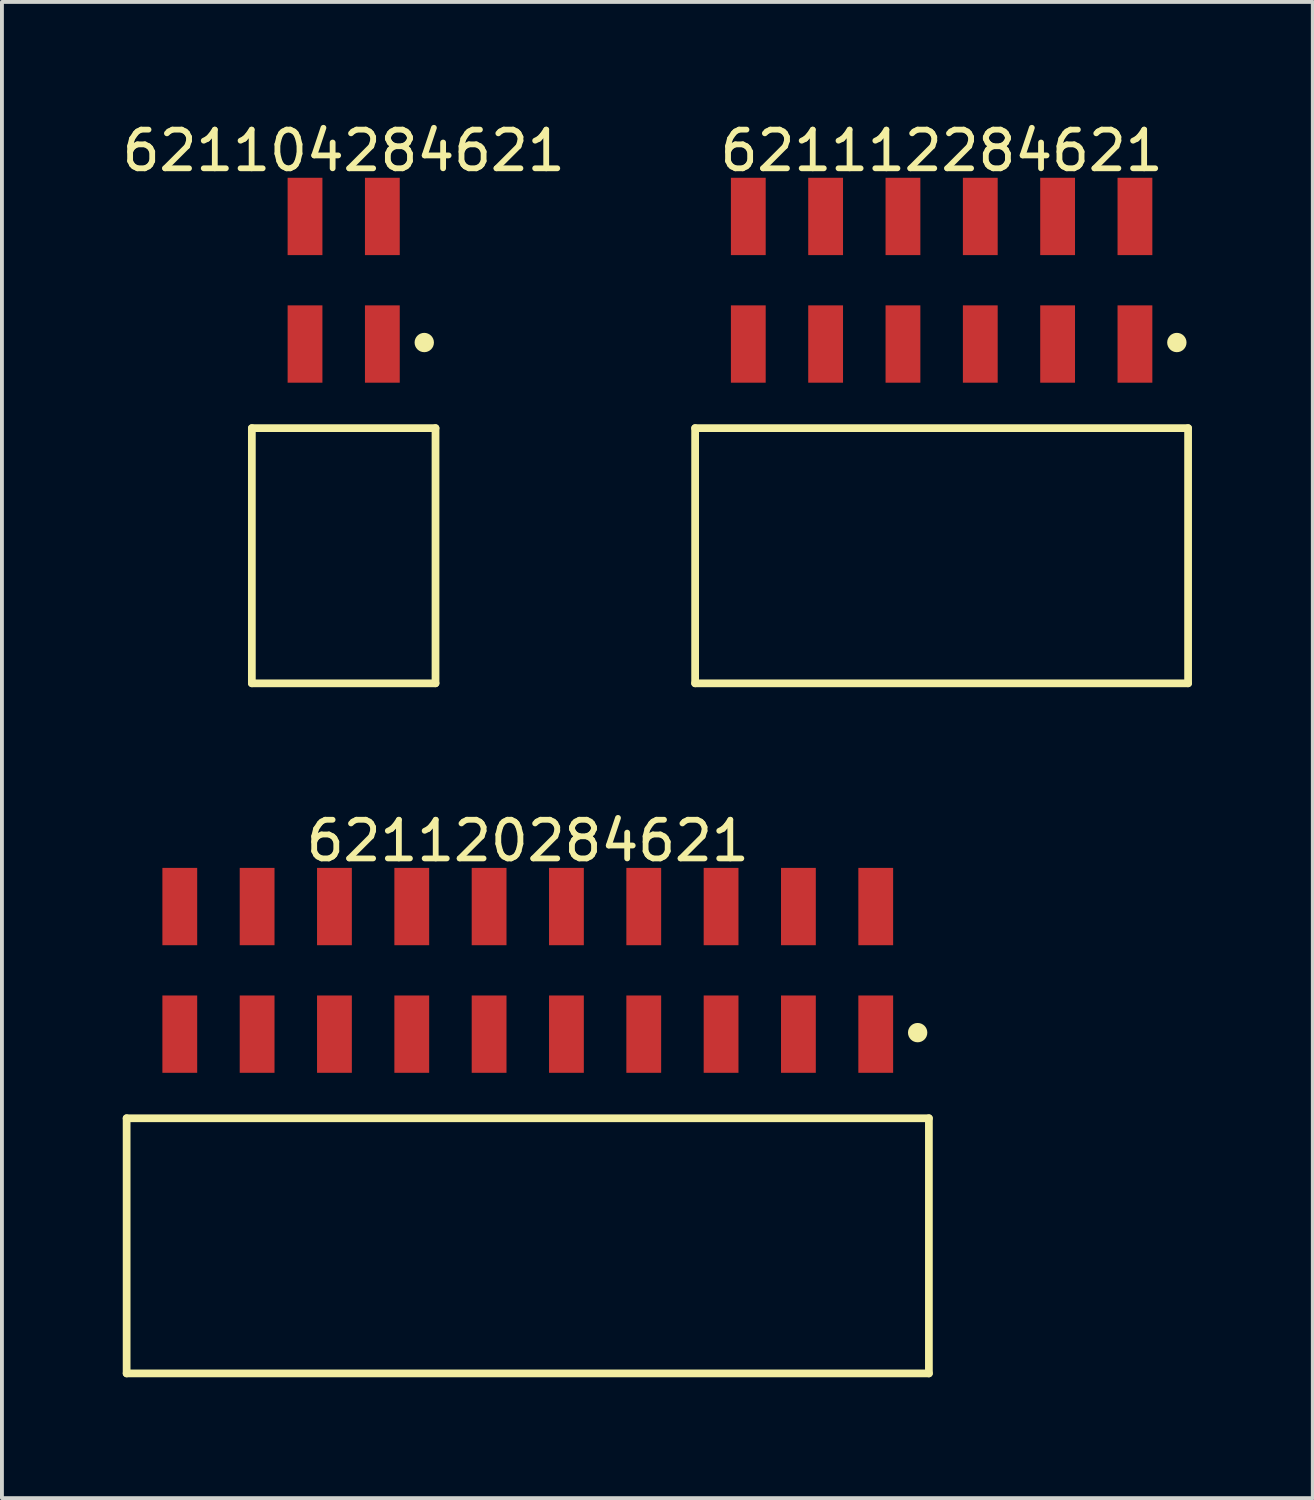
<source format=kicad_pcb>
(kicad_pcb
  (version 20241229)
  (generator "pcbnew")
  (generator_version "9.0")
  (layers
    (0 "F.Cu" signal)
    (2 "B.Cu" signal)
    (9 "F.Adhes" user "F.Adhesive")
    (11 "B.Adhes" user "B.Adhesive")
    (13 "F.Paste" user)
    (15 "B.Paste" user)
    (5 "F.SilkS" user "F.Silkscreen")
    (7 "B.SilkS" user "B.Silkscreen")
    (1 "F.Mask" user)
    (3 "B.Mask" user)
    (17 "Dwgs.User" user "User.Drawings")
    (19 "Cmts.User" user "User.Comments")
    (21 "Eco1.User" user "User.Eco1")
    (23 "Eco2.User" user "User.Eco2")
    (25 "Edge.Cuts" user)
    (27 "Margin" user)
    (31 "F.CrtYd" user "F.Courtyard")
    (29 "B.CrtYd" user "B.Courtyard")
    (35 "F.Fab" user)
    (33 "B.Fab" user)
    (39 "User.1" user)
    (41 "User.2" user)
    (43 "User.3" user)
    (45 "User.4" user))
  (footprint "621104284621"
    (layer "F.Cu")
    (at 5.839 11.323)
    (property "Reference" "621104284621" (at 0 -10.475 0) (layer "F.SilkS") (effects (font (size 1 1) (thickness 0.15))))
    (fp_line (start -2.375 -3.3) (end 2.375 -3.3) (stroke (width 0.2) (type solid)) (layer "F.SilkS"))
    (fp_line (start -2.375 3.3) (end -2.375 -3.3) (stroke (width 0.2) (type solid)) (layer "F.SilkS"))
    (fp_line (start -2.375 3.3) (end 2.375 3.3) (stroke (width 0.2) (type solid)) (layer "F.SilkS"))
    (fp_line (start 2.375 3.3) (end 2.375 -3.3) (stroke (width 0.2) (type solid)) (layer "F.SilkS"))
    (fp_circle (center 2.084 -5.514) (end 2.084 -5.639) (stroke (width 0.25) (type solid)) (fill no) (layer "F.SilkS"))
    (fp_line (start -2.575 -9.975) (end 2.575 -9.975) (stroke (width 0.05) (type solid)) (layer "Eco2.User"))
    (fp_line (start -2.575 3.5) (end -2.575 -9.975) (stroke (width 0.05) (type solid)) (layer "Eco2.User"))
    (fp_line (start -2.575 3.5) (end 2.575 3.5) (stroke (width 0.05) (type solid)) (layer "Eco2.User"))
    (fp_line (start -2.2 -3.175) (end 2.2 -3.175) (stroke (width 0.1) (type solid)) (layer "Eco2.User"))
    (fp_line (start -2.2 3.175) (end -2.2 -3.175) (stroke (width 0.1) (type solid)) (layer "Eco2.User"))
    (fp_line (start -2.2 3.175) (end 2.2 3.175) (stroke (width 0.1) (type solid)) (layer "Eco2.User"))
    (fp_line (start -1.25 -9.275) (end -0.75 -9.275) (stroke (width 0.1) (type solid)) (layer "Eco2.User"))
    (fp_line (start -1.25 -5.975) (end -0.75 -5.975) (stroke (width 0.1) (type solid)) (layer "Eco2.User"))
    (fp_line (start -1.25 -3.175) (end -1.25 -9.275) (stroke (width 0.1) (type solid)) (layer "Eco2.User"))
    (fp_line (start -0.75 -3.175) (end -0.75 -9.275) (stroke (width 0.1) (type solid)) (layer "Eco2.User"))
    (fp_line (start -0.5 0) (end 0.5 0) (stroke (width 0.05) (type solid)) (layer "Eco2.User"))
    (fp_line (start 0 0.5) (end 0 -0.5) (stroke (width 0.05) (type solid)) (layer "Eco2.User"))
    (fp_line (start 0.75 -9.275) (end 1.25 -9.275) (stroke (width 0.1) (type solid)) (layer "Eco2.User"))
    (fp_line (start 0.75 -5.975) (end 1.25 -5.975) (stroke (width 0.1) (type solid)) (layer "Eco2.User"))
    (fp_line (start 0.75 -3.175) (end 0.75 -9.275) (stroke (width 0.1) (type solid)) (layer "Eco2.User"))
    (fp_line (start 1.25 -3.175) (end 1.25 -9.275) (stroke (width 0.1) (type solid)) (layer "Eco2.User"))
    (fp_line (start 2.2 3.175) (end 2.2 -3.175) (stroke (width 0.1) (type solid)) (layer "Eco2.User"))
    (fp_line (start 2.575 3.5) (end 2.575 -9.975) (stroke (width 0.05) (type solid)) (layer "Eco2.User"))
    (fp_text user "${REFERENCE}" (at 0.1 -0.131 0) (unlocked yes) (layer "User.3") (effects (font (size 1 1) (thickness 0.1))))
    (pad "1" smd rect (at 1 -5.475 180) (size 0.9 2) (layers "F.Cu" "F.Mask" "F.Paste"))
    (pad "2" smd rect (at 1 -8.775 180) (size 0.9 2) (layers "F.Cu" "F.Mask" "F.Paste"))
    (pad "3" smd rect (at -1 -5.475 180) (size 0.9 2) (layers "F.Cu" "F.Mask" "F.Paste"))
    (pad "4" smd rect (at -1 -8.775 180) (size 0.9 2) (layers "F.Cu" "F.Mask" "F.Paste")))
  (footprint "621112284621"
    (layer "F.Cu")
    (at 21.304 11.323)
    (property "Reference" "621112284621" (at 0 -10.475 0) (layer "F.SilkS") (effects (font (size 1 1) (thickness 0.15))))
    (fp_line (start -6.375 -3.3) (end 6.375 -3.3) (stroke (width 0.2) (type solid)) (layer "F.SilkS"))
    (fp_line (start -6.375 3.3) (end -6.375 -3.3) (stroke (width 0.2) (type solid)) (layer "F.SilkS"))
    (fp_line (start -6.375 3.3) (end 6.375 3.3) (stroke (width 0.2) (type solid)) (layer "F.SilkS"))
    (fp_line (start 6.375 3.3) (end 6.375 -3.3) (stroke (width 0.2) (type solid)) (layer "F.SilkS"))
    (fp_circle (center 6.084 -5.514) (end 6.084 -5.639) (stroke (width 0.25) (type solid)) (fill no) (layer "F.SilkS"))
    (fp_line (start -6.575 -9.975) (end 6.575 -9.975) (stroke (width 0.05) (type solid)) (layer "Eco2.User"))
    (fp_line (start -6.575 3.5) (end -6.575 -9.975) (stroke (width 0.05) (type solid)) (layer "Eco2.User"))
    (fp_line (start -6.575 3.5) (end 6.575 3.5) (stroke (width 0.05) (type solid)) (layer "Eco2.User"))
    (fp_line (start -6.2 -3.175) (end 6.2 -3.175) (stroke (width 0.1) (type solid)) (layer "Eco2.User"))
    (fp_line (start -6.2 3.175) (end -6.2 -3.175) (stroke (width 0.1) (type solid)) (layer "Eco2.User"))
    (fp_line (start -6.2 3.175) (end 6.2 3.175) (stroke (width 0.1) (type solid)) (layer "Eco2.User"))
    (fp_line (start -5.25 -9.275) (end -4.75 -9.275) (stroke (width 0.1) (type solid)) (layer "Eco2.User"))
    (fp_line (start -5.25 -5.975) (end -4.75 -5.975) (stroke (width 0.1) (type solid)) (layer "Eco2.User"))
    (fp_line (start -5.25 -3.175) (end -5.25 -9.275) (stroke (width 0.1) (type solid)) (layer "Eco2.User"))
    (fp_line (start -4.75 -3.175) (end -4.75 -9.275) (stroke (width 0.1) (type solid)) (layer "Eco2.User"))
    (fp_line (start -3.25 -9.275) (end -2.75 -9.275) (stroke (width 0.1) (type solid)) (layer "Eco2.User"))
    (fp_line (start -3.25 -5.975) (end -2.75 -5.975) (stroke (width 0.1) (type solid)) (layer "Eco2.User"))
    (fp_line (start -3.25 -3.175) (end -3.25 -9.275) (stroke (width 0.1) (type solid)) (layer "Eco2.User"))
    (fp_line (start -2.75 -3.175) (end -2.75 -9.275) (stroke (width 0.1) (type solid)) (layer "Eco2.User"))
    (fp_line (start -1.25 -9.275) (end -0.75 -9.275) (stroke (width 0.1) (type solid)) (layer "Eco2.User"))
    (fp_line (start -1.25 -5.975) (end -0.75 -5.975) (stroke (width 0.1) (type solid)) (layer "Eco2.User"))
    (fp_line (start -1.25 -3.175) (end -1.25 -9.275) (stroke (width 0.1) (type solid)) (layer "Eco2.User"))
    (fp_line (start -0.75 -3.175) (end -0.75 -9.275) (stroke (width 0.1) (type solid)) (layer "Eco2.User"))
    (fp_line (start -0.5 0) (end 0.5 0) (stroke (width 0.05) (type solid)) (layer "Eco2.User"))
    (fp_line (start 0 0.5) (end 0 -0.5) (stroke (width 0.05) (type solid)) (layer "Eco2.User"))
    (fp_line (start 0.75 -9.275) (end 1.25 -9.275) (stroke (width 0.1) (type solid)) (layer "Eco2.User"))
    (fp_line (start 0.75 -5.975) (end 1.25 -5.975) (stroke (width 0.1) (type solid)) (layer "Eco2.User"))
    (fp_line (start 0.75 -3.175) (end 0.75 -9.275) (stroke (width 0.1) (type solid)) (layer "Eco2.User"))
    (fp_line (start 1.25 -3.175) (end 1.25 -9.275) (stroke (width 0.1) (type solid)) (layer "Eco2.User"))
    (fp_line (start 2.75 -9.275) (end 3.25 -9.275) (stroke (width 0.1) (type solid)) (layer "Eco2.User"))
    (fp_line (start 2.75 -5.975) (end 3.25 -5.975) (stroke (width 0.1) (type solid)) (layer "Eco2.User"))
    (fp_line (start 2.75 -3.175) (end 2.75 -9.275) (stroke (width 0.1) (type solid)) (layer "Eco2.User"))
    (fp_line (start 3.25 -3.175) (end 3.25 -9.275) (stroke (width 0.1) (type solid)) (layer "Eco2.User"))
    (fp_line (start 4.75 -9.275) (end 5.25 -9.275) (stroke (width 0.1) (type solid)) (layer "Eco2.User"))
    (fp_line (start 4.75 -5.975) (end 5.25 -5.975) (stroke (width 0.1) (type solid)) (layer "Eco2.User"))
    (fp_line (start 4.75 -3.175) (end 4.75 -9.275) (stroke (width 0.1) (type solid)) (layer "Eco2.User"))
    (fp_line (start 5.25 -3.175) (end 5.25 -9.275) (stroke (width 0.1) (type solid)) (layer "Eco2.User"))
    (fp_line (start 6.2 3.175) (end 6.2 -3.175) (stroke (width 0.1) (type solid)) (layer "Eco2.User"))
    (fp_line (start 6.575 3.5) (end 6.575 -9.975) (stroke (width 0.05) (type solid)) (layer "Eco2.User"))
    (fp_text user "${REFERENCE}" (at 0.1 -0.131 0) (unlocked yes) (layer "User.3") (effects (font (size 1 1) (thickness 0.1))))
    (pad "1" smd rect (at 5 -5.475 180) (size 0.9 2) (layers "F.Cu" "F.Mask" "F.Paste"))
    (pad "2" smd rect (at 5 -8.775 180) (size 0.9 2) (layers "F.Cu" "F.Mask" "F.Paste"))
    (pad "3" smd rect (at 3 -5.475 180) (size 0.9 2) (layers "F.Cu" "F.Mask" "F.Paste"))
    (pad "4" smd rect (at 3 -8.775 180) (size 0.9 2) (layers "F.Cu" "F.Mask" "F.Paste"))
    (pad "5" smd rect (at 1 -5.475 180) (size 0.9 2) (layers "F.Cu" "F.Mask" "F.Paste"))
    (pad "6" smd rect (at 1 -8.775 180) (size 0.9 2) (layers "F.Cu" "F.Mask" "F.Paste"))
    (pad "7" smd rect (at -1 -5.475 180) (size 0.9 2) (layers "F.Cu" "F.Mask" "F.Paste"))
    (pad "8" smd rect (at -1 -8.775 180) (size 0.9 2) (layers "F.Cu" "F.Mask" "F.Paste"))
    (pad "9" smd rect (at -3 -5.475 180) (size 0.9 2) (layers "F.Cu" "F.Mask" "F.Paste"))
    (pad "10" smd rect (at -3 -8.775 180) (size 0.9 2) (layers "F.Cu" "F.Mask" "F.Paste"))
    (pad "11" smd rect (at -5 -5.475 180) (size 0.9 2) (layers "F.Cu" "F.Mask" "F.Paste"))
    (pad "12" smd rect (at -5 -8.775 180) (size 0.9 2) (layers "F.Cu" "F.Mask" "F.Paste")))
  (footprint "621120284621"
    (layer "F.Cu")
    (at 10.6 29.172)
    (property "Reference" "621120284621" (at 0 -10.475 0) (layer "F.SilkS") (effects (font (size 1 1) (thickness 0.15))))
    (fp_line (start -10.375 -3.3) (end 10.375 -3.3) (stroke (width 0.2) (type solid)) (layer "F.SilkS"))
    (fp_line (start -10.375 3.3) (end -10.375 -3.3) (stroke (width 0.2) (type solid)) (layer "F.SilkS"))
    (fp_line (start -10.375 3.3) (end 10.375 3.3) (stroke (width 0.2) (type solid)) (layer "F.SilkS"))
    (fp_line (start 10.375 3.3) (end 10.375 -3.3) (stroke (width 0.2) (type solid)) (layer "F.SilkS"))
    (fp_circle (center 10.084 -5.514) (end 10.084 -5.639) (stroke (width 0.25) (type solid)) (fill no) (layer "F.SilkS"))
    (fp_line (start -10.575 -9.975) (end 10.575 -9.975) (stroke (width 0.05) (type solid)) (layer "Eco2.User"))
    (fp_line (start -10.575 3.5) (end -10.575 -9.975) (stroke (width 0.05) (type solid)) (layer "Eco2.User"))
    (fp_line (start -10.575 3.5) (end 10.575 3.5) (stroke (width 0.05) (type solid)) (layer "Eco2.User"))
    (fp_line (start -10.2 -3.175) (end 10.2 -3.175) (stroke (width 0.1) (type solid)) (layer "Eco2.User"))
    (fp_line (start -10.2 3.175) (end -10.2 -3.175) (stroke (width 0.1) (type solid)) (layer "Eco2.User"))
    (fp_line (start -10.2 3.175) (end 10.2 3.175) (stroke (width 0.1) (type solid)) (layer "Eco2.User"))
    (fp_line (start -9.25 -9.275) (end -8.75 -9.275) (stroke (width 0.1) (type solid)) (layer "Eco2.User"))
    (fp_line (start -9.25 -5.975) (end -8.75 -5.975) (stroke (width 0.1) (type solid)) (layer "Eco2.User"))
    (fp_line (start -9.25 -3.175) (end -9.25 -9.275) (stroke (width 0.1) (type solid)) (layer "Eco2.User"))
    (fp_line (start -8.75 -3.175) (end -8.75 -9.275) (stroke (width 0.1) (type solid)) (layer "Eco2.User"))
    (fp_line (start -7.25 -9.275) (end -6.75 -9.275) (stroke (width 0.1) (type solid)) (layer "Eco2.User"))
    (fp_line (start -7.25 -5.975) (end -6.75 -5.975) (stroke (width 0.1) (type solid)) (layer "Eco2.User"))
    (fp_line (start -7.25 -3.175) (end -7.25 -9.275) (stroke (width 0.1) (type solid)) (layer "Eco2.User"))
    (fp_line (start -6.75 -3.175) (end -6.75 -9.275) (stroke (width 0.1) (type solid)) (layer "Eco2.User"))
    (fp_line (start -5.25 -9.275) (end -4.75 -9.275) (stroke (width 0.1) (type solid)) (layer "Eco2.User"))
    (fp_line (start -5.25 -5.975) (end -4.75 -5.975) (stroke (width 0.1) (type solid)) (layer "Eco2.User"))
    (fp_line (start -5.25 -3.175) (end -5.25 -9.275) (stroke (width 0.1) (type solid)) (layer "Eco2.User"))
    (fp_line (start -4.75 -3.175) (end -4.75 -9.275) (stroke (width 0.1) (type solid)) (layer "Eco2.User"))
    (fp_line (start -3.25 -9.275) (end -2.75 -9.275) (stroke (width 0.1) (type solid)) (layer "Eco2.User"))
    (fp_line (start -3.25 -5.975) (end -2.75 -5.975) (stroke (width 0.1) (type solid)) (layer "Eco2.User"))
    (fp_line (start -3.25 -3.175) (end -3.25 -9.275) (stroke (width 0.1) (type solid)) (layer "Eco2.User"))
    (fp_line (start -2.75 -3.175) (end -2.75 -9.275) (stroke (width 0.1) (type solid)) (layer "Eco2.User"))
    (fp_line (start -1.25 -9.275) (end -0.75 -9.275) (stroke (width 0.1) (type solid)) (layer "Eco2.User"))
    (fp_line (start -1.25 -5.975) (end -0.75 -5.975) (stroke (width 0.1) (type solid)) (layer "Eco2.User"))
    (fp_line (start -1.25 -3.175) (end -1.25 -9.275) (stroke (width 0.1) (type solid)) (layer "Eco2.User"))
    (fp_line (start -0.75 -3.175) (end -0.75 -9.275) (stroke (width 0.1) (type solid)) (layer "Eco2.User"))
    (fp_line (start -0.5 0) (end 0.5 0) (stroke (width 0.05) (type solid)) (layer "Eco2.User"))
    (fp_line (start 0 0.5) (end 0 -0.5) (stroke (width 0.05) (type solid)) (layer "Eco2.User"))
    (fp_line (start 0.75 -9.275) (end 1.25 -9.275) (stroke (width 0.1) (type solid)) (layer "Eco2.User"))
    (fp_line (start 0.75 -5.975) (end 1.25 -5.975) (stroke (width 0.1) (type solid)) (layer "Eco2.User"))
    (fp_line (start 0.75 -3.175) (end 0.75 -9.275) (stroke (width 0.1) (type solid)) (layer "Eco2.User"))
    (fp_line (start 1.25 -3.175) (end 1.25 -9.275) (stroke (width 0.1) (type solid)) (layer "Eco2.User"))
    (fp_line (start 2.75 -9.275) (end 3.25 -9.275) (stroke (width 0.1) (type solid)) (layer "Eco2.User"))
    (fp_line (start 2.75 -5.975) (end 3.25 -5.975) (stroke (width 0.1) (type solid)) (layer "Eco2.User"))
    (fp_line (start 2.75 -3.175) (end 2.75 -9.275) (stroke (width 0.1) (type solid)) (layer "Eco2.User"))
    (fp_line (start 3.25 -3.175) (end 3.25 -9.275) (stroke (width 0.1) (type solid)) (layer "Eco2.User"))
    (fp_line (start 4.75 -9.275) (end 5.25 -9.275) (stroke (width 0.1) (type solid)) (layer "Eco2.User"))
    (fp_line (start 4.75 -5.975) (end 5.25 -5.975) (stroke (width 0.1) (type solid)) (layer "Eco2.User"))
    (fp_line (start 4.75 -3.175) (end 4.75 -9.275) (stroke (width 0.1) (type solid)) (layer "Eco2.User"))
    (fp_line (start 5.25 -3.175) (end 5.25 -9.275) (stroke (width 0.1) (type solid)) (layer "Eco2.User"))
    (fp_line (start 6.75 -9.275) (end 7.25 -9.275) (stroke (width 0.1) (type solid)) (layer "Eco2.User"))
    (fp_line (start 6.75 -5.975) (end 7.25 -5.975) (stroke (width 0.1) (type solid)) (layer "Eco2.User"))
    (fp_line (start 6.75 -3.175) (end 6.75 -9.275) (stroke (width 0.1) (type solid)) (layer "Eco2.User"))
    (fp_line (start 7.25 -3.175) (end 7.25 -9.275) (stroke (width 0.1) (type solid)) (layer "Eco2.User"))
    (fp_line (start 8.75 -5.975) (end 9.25 -5.975) (stroke (width 0.1) (type solid)) (layer "Eco2.User"))
    (fp_line (start 8.75 -9.275) (end 9.25 -9.275) (stroke (width 0.1) (type solid)) (layer "Eco2.User"))
    (fp_line (start 8.75 -3.175) (end 8.75 -9.275) (stroke (width 0.1) (type solid)) (layer "Eco2.User"))
    (fp_line (start 9.25 -3.175) (end 9.25 -9.275) (stroke (width 0.1) (type solid)) (layer "Eco2.User"))
    (fp_line (start 10.2 3.175) (end 10.2 -3.175) (stroke (width 0.1) (type solid)) (layer "Eco2.User"))
    (fp_line (start 10.575 3.5) (end 10.575 -9.975) (stroke (width 0.05) (type solid)) (layer "Eco2.User"))
    (fp_text user "${REFERENCE}" (at 0.1 -0.131 0) (unlocked yes) (layer "User.3") (effects (font (size 1 1) (thickness 0.1))))
    (pad "1" smd rect (at 9 -5.475 180) (size 0.9 2) (layers "F.Cu" "F.Mask" "F.Paste"))
    (pad "2" smd rect (at 9 -8.775 180) (size 0.9 2) (layers "F.Cu" "F.Mask" "F.Paste"))
    (pad "3" smd rect (at 7 -5.475 180) (size 0.9 2) (layers "F.Cu" "F.Mask" "F.Paste"))
    (pad "4" smd rect (at 7 -8.775 180) (size 0.9 2) (layers "F.Cu" "F.Mask" "F.Paste"))
    (pad "5" smd rect (at 5 -5.475 180) (size 0.9 2) (layers "F.Cu" "F.Mask" "F.Paste"))
    (pad "6" smd rect (at 5 -8.775 180) (size 0.9 2) (layers "F.Cu" "F.Mask" "F.Paste"))
    (pad "7" smd rect (at 3 -5.475 180) (size 0.9 2) (layers "F.Cu" "F.Mask" "F.Paste"))
    (pad "8" smd rect (at 3 -8.775 180) (size 0.9 2) (layers "F.Cu" "F.Mask" "F.Paste"))
    (pad "9" smd rect (at 1 -5.475 180) (size 0.9 2) (layers "F.Cu" "F.Mask" "F.Paste"))
    (pad "10" smd rect (at 1 -8.775 180) (size 0.9 2) (layers "F.Cu" "F.Mask" "F.Paste"))
    (pad "11" smd rect (at -1 -5.475 180) (size 0.9 2) (layers "F.Cu" "F.Mask" "F.Paste"))
    (pad "12" smd rect (at -1 -8.775 180) (size 0.9 2) (layers "F.Cu" "F.Mask" "F.Paste"))
    (pad "13" smd rect (at -3 -5.475 180) (size 0.9 2) (layers "F.Cu" "F.Mask" "F.Paste"))
    (pad "14" smd rect (at -3 -8.775 180) (size 0.9 2) (layers "F.Cu" "F.Mask" "F.Paste"))
    (pad "15" smd rect (at -5 -5.475 180) (size 0.9 2) (layers "F.Cu" "F.Mask" "F.Paste"))
    (pad "16" smd rect (at -5 -8.775 180) (size 0.9 2) (layers "F.Cu" "F.Mask" "F.Paste"))
    (pad "17" smd rect (at -7 -5.475 180) (size 0.9 2) (layers "F.Cu" "F.Mask" "F.Paste"))
    (pad "18" smd rect (at -7 -8.775 180) (size 0.9 2) (layers "F.Cu" "F.Mask" "F.Paste"))
    (pad "19" smd rect (at -9 -5.475 180) (size 0.9 2) (layers "F.Cu" "F.Mask" "F.Paste"))
    (pad "20" smd rect (at -9 -8.775 180) (size 0.9 2) (layers "F.Cu" "F.Mask" "F.Paste")))
  (gr_rect
    (start -3 -3)
    (end 30.904 35.697)
    (stroke (width 0.1) (type default))
    (fill no)
    (layer "Edge.Cuts")))
</source>
